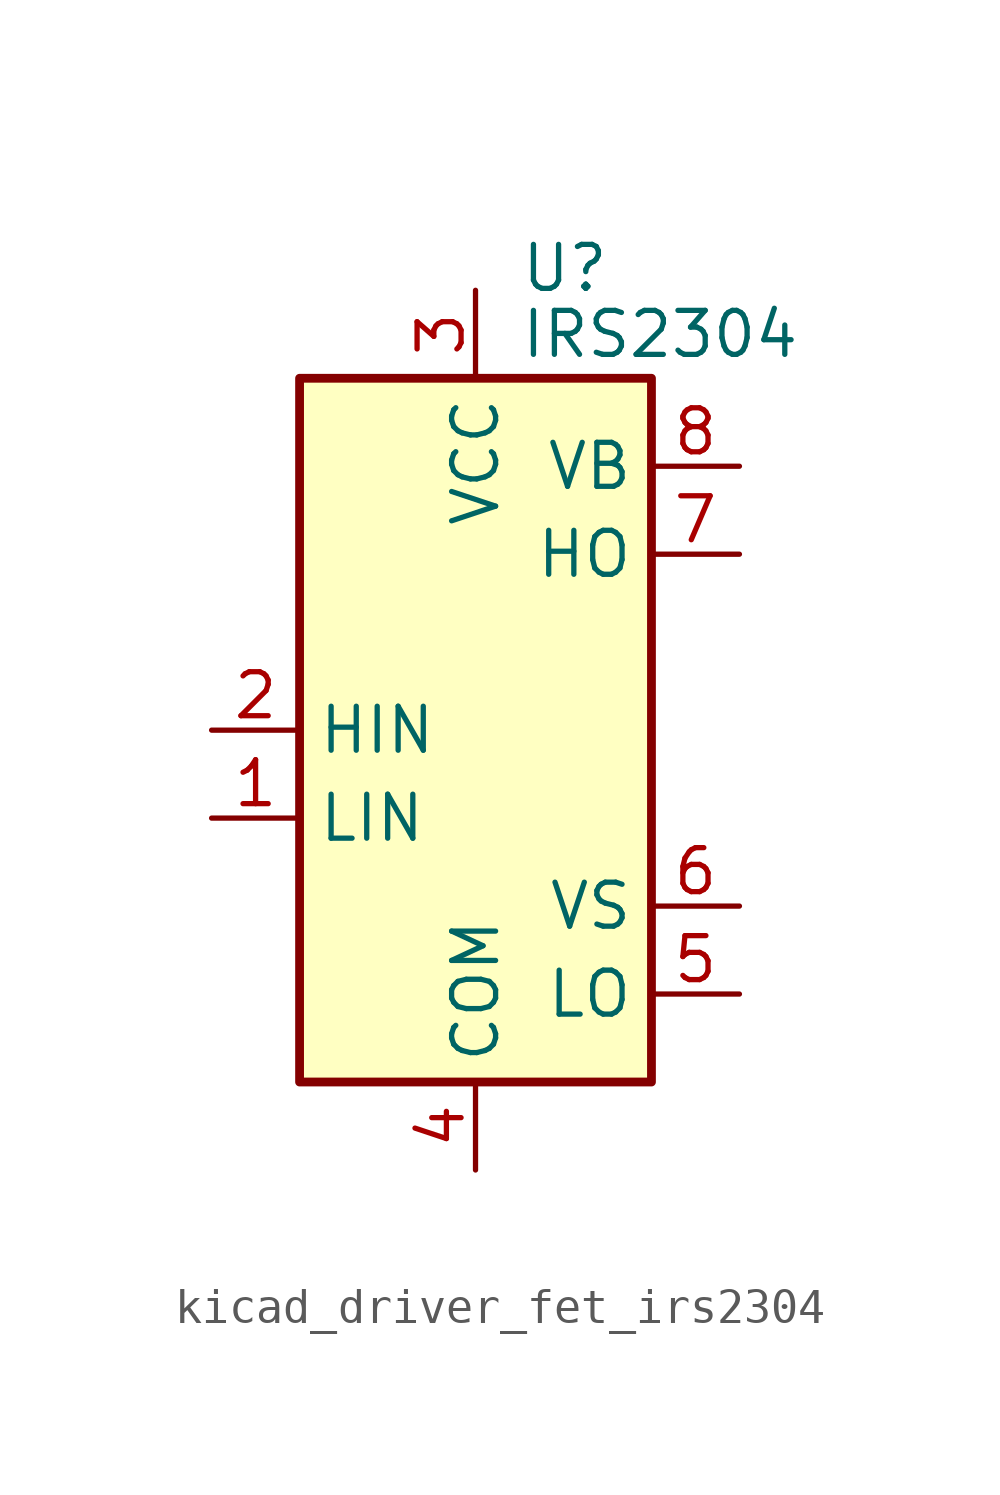
<source format=kicad_sym>
(kicad_symbol_lib
  (version 20220914)
  (generator kicad_symbol_editor)
  (symbol "kicad_driver_fet_irs2304"
    (property "Reference" "U"
      (at 1.27 13.335 0)
      (effects (font (size 1.27 1.27)) (justify left)))
    (property "Value" "IRS2304"
      (at 1.27 11.43 0)
      (effects (font (size 1.27 1.27)) (justify left)))
    (symbol "kicad_driver_fet_irs2304_0_1"
      (rectangle (start -5.08 -10.16) (end 5.08 10.16) (stroke (width 0.254) (type default)) (fill (type background))))
    (symbol "kicad_driver_fet_irs2304_1_1"
      (pin input line (at -7.62 -2.54 0) (length 2.54) (name "LIN" (effects (font (size 1.27 1.27)))) (number "1" (effects (font (size 1.27 1.27)))))
      (pin input line (at -7.62 0 0) (length 2.54) (name "HIN" (effects (font (size 1.27 1.27)))) (number "2" (effects (font (size 1.27 1.27)))))
      (pin power_in line (at 0 12.7 270) (length 2.54) (name "VCC" (effects (font (size 1.27 1.27)))) (number "3" (effects (font (size 1.27 1.27)))))
      (pin power_in line (at 0 -12.7 90) (length 2.54) (name "COM" (effects (font (size 1.27 1.27)))) (number "4" (effects (font (size 1.27 1.27)))))
      (pin output line (at 7.62 -7.62 180) (length 2.54) (name "LO" (effects (font (size 1.27 1.27)))) (number "5" (effects (font (size 1.27 1.27)))))
      (pin passive line (at 7.62 -5.08 180) (length 2.54) (name "VS" (effects (font (size 1.27 1.27)))) (number "6" (effects (font (size 1.27 1.27)))))
      (pin output line (at 7.62 5.08 180) (length 2.54) (name "HO" (effects (font (size 1.27 1.27)))) (number "7" (effects (font (size 1.27 1.27)))))
      (pin passive line (at 7.62 7.62 180) (length 2.54) (name "VB" (effects (font (size 1.27 1.27)))) (number "8" (effects (font (size 1.27 1.27))))))))
</source>
